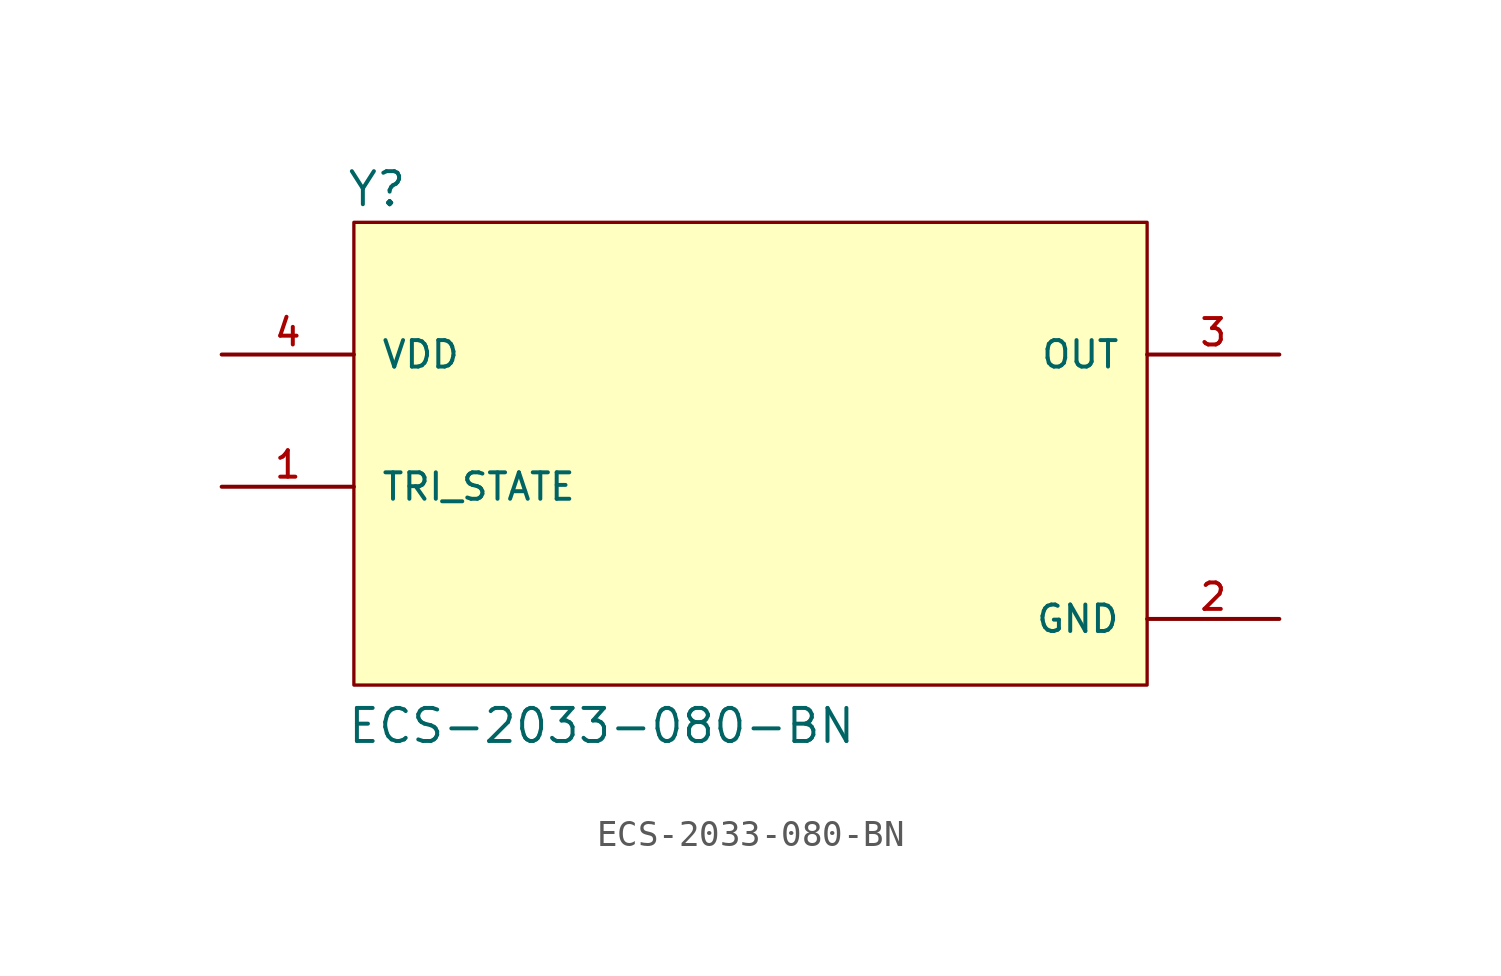
<source format=kicad_sym>
(kicad_symbol_lib
  (version 20211014)
  (generator kicad_symbol_editor)
  (symbol "ECS-2033-080-BN"
    (pin_names
      (offset 1.016))
    (property "Reference" "Y"
      (at -15.539 8.152 0)
      (effects (font (size 1.27 1.27)) (justify bottom left)))
    (property "Value" "ECS-2033-080-BN"
      (at -15.526 -12.472 0)
      (effects (font (size 1.27 1.27)) (justify bottom left)))
    (symbol "ECS-2033-080-BN_0_0"
      (rectangle (start -15.24 -10.16) (end 15.24 7.62) (stroke (width 0.127)) (fill (type background)))
      (pin input line (at -20.32 -2.54 0) (length 5.08) (name "TRI_STATE" (effects (font (size 1.016 1.016)))) (number "1" (effects (font (size 1.016 1.016)))))
      (pin output line (at 20.32 2.54 180.0) (length 5.08) (name "OUT" (effects (font (size 1.016 1.016)))) (number "3" (effects (font (size 1.016 1.016)))))
      (pin input line (at -20.32 2.54 0) (length 5.08) (name "VDD" (effects (font (size 1.016 1.016)))) (number "4" (effects (font (size 1.016 1.016)))))
      (pin power_in line (at 20.32 -7.62 180.0) (length 5.08) (name "GND" (effects (font (size 1.016 1.016)))) (number "2" (effects (font (size 1.016 1.016))))))))
</source>
